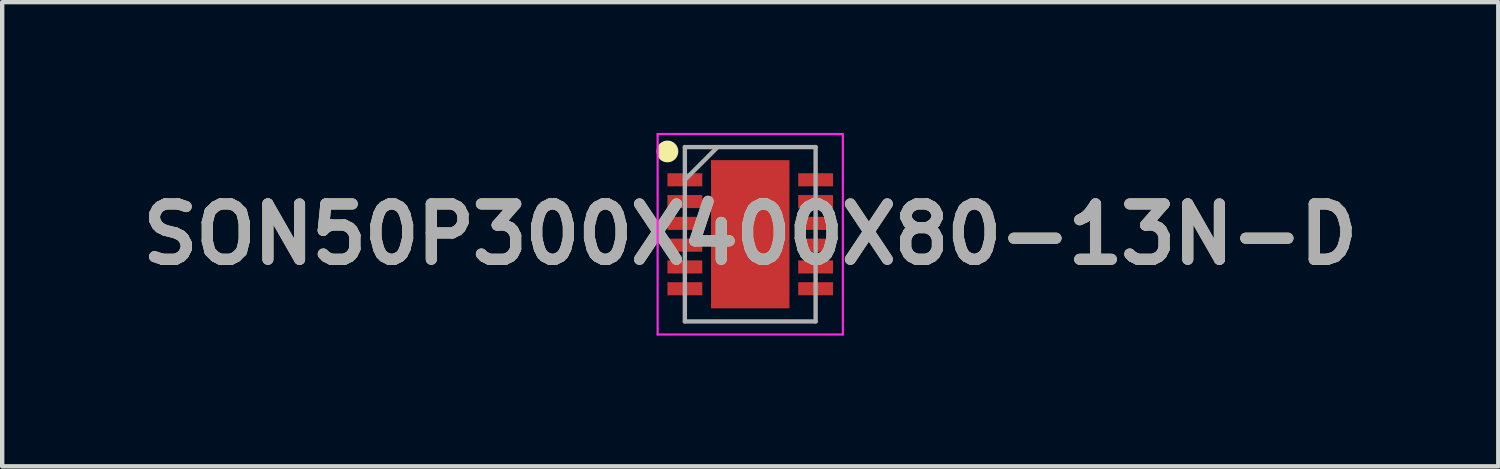
<source format=kicad_pcb>
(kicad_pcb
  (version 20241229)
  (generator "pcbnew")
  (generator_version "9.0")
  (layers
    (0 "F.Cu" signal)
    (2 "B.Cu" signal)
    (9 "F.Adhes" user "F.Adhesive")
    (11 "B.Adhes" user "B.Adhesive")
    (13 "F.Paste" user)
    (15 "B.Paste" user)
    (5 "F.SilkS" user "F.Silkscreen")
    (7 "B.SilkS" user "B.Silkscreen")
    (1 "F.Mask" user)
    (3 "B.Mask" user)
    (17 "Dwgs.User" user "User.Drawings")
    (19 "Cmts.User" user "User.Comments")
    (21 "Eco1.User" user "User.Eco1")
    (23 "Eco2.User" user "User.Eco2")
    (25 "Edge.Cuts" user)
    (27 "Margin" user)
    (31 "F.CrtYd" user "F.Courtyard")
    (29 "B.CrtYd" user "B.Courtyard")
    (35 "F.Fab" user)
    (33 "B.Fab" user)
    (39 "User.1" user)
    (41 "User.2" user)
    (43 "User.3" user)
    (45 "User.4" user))
  (footprint "SON50P300X400X80-13N-D"
    (layer "F.Cu")
    (at 14.164 2.325)
    (property "Reference" "SON50P300X400X80-13N-D" (at 0 0 0) (layer "F.SilkS") (effects (font (size 1.27 1.27) (thickness 0.254))))
    (attr smd)
    (fp_circle (center -1.9 -1.9) (end -1.9 -1.775) (stroke (width 0.25) (type solid)) (fill no) (layer "F.SilkS"))
    (fp_line (start -2.125 -2.3) (end 2.125 -2.3) (stroke (width 0.05) (type solid)) (layer "F.CrtYd"))
    (fp_line (start -2.125 2.3) (end -2.125 -2.3) (stroke (width 0.05) (type solid)) (layer "F.CrtYd"))
    (fp_line (start 2.125 -2.3) (end 2.125 2.3) (stroke (width 0.05) (type solid)) (layer "F.CrtYd"))
    (fp_line (start 2.125 2.3) (end -2.125 2.3) (stroke (width 0.05) (type solid)) (layer "F.CrtYd"))
    (fp_line (start -1.5 -2) (end 1.5 -2) (stroke (width 0.1) (type solid)) (layer "F.Fab"))
    (fp_line (start -1.5 -1.25) (end -0.75 -2) (stroke (width 0.1) (type solid)) (layer "F.Fab"))
    (fp_line (start -1.5 2) (end -1.5 -2) (stroke (width 0.1) (type solid)) (layer "F.Fab"))
    (fp_line (start 1.5 -2) (end 1.5 2) (stroke (width 0.1) (type solid)) (layer "F.Fab"))
    (fp_line (start 1.5 2) (end -1.5 2) (stroke (width 0.1) (type solid)) (layer "F.Fab"))
    (fp_text user "${REFERENCE}" (at 0 0 0) (layer "F.Fab") (effects (font (size 1.27 1.27) (thickness 0.254))))
    (pad "1" smd rect (at -1.5 -1.25 90) (size 0.3 0.8) (layers "F.Cu" "F.Mask" "F.Paste"))
    (pad "2" smd rect (at -1.5 -0.75 90) (size 0.3 0.8) (layers "F.Cu" "F.Mask" "F.Paste"))
    (pad "3" smd rect (at -1.5 -0.25 90) (size 0.3 0.8) (layers "F.Cu" "F.Mask" "F.Paste"))
    (pad "4" smd rect (at -1.5 0.25 90) (size 0.3 0.8) (layers "F.Cu" "F.Mask" "F.Paste"))
    (pad "5" smd rect (at -1.5 0.75 90) (size 0.3 0.8) (layers "F.Cu" "F.Mask" "F.Paste"))
    (pad "6" smd rect (at -1.5 1.25 90) (size 0.3 0.8) (layers "F.Cu" "F.Mask" "F.Paste"))
    (pad "7" smd rect (at 1.5 1.25 90) (size 0.3 0.8) (layers "F.Cu" "F.Mask" "F.Paste"))
    (pad "8" smd rect (at 1.5 0.75 90) (size 0.3 0.8) (layers "F.Cu" "F.Mask" "F.Paste"))
    (pad "9" smd rect (at 1.5 0.25 90) (size 0.3 0.8) (layers "F.Cu" "F.Mask" "F.Paste"))
    (pad "10" smd rect (at 1.5 -0.25 90) (size 0.3 0.8) (layers "F.Cu" "F.Mask" "F.Paste"))
    (pad "11" smd rect (at 1.5 -0.75 90) (size 0.3 0.8) (layers "F.Cu" "F.Mask" "F.Paste"))
    (pad "12" smd rect (at 1.5 -1.25 90) (size 0.3 0.8) (layers "F.Cu" "F.Mask" "F.Paste"))
    (pad "13" smd rect (at 0 0) (size 1.8 3.4) (layers "F.Cu" "F.Mask" "F.Paste")))
  (gr_rect
    (start -3 -3)
    (end 31.327 7.65)
    (stroke (width 0.1) (type default))
    (fill no)
    (layer "Edge.Cuts")))
</source>
